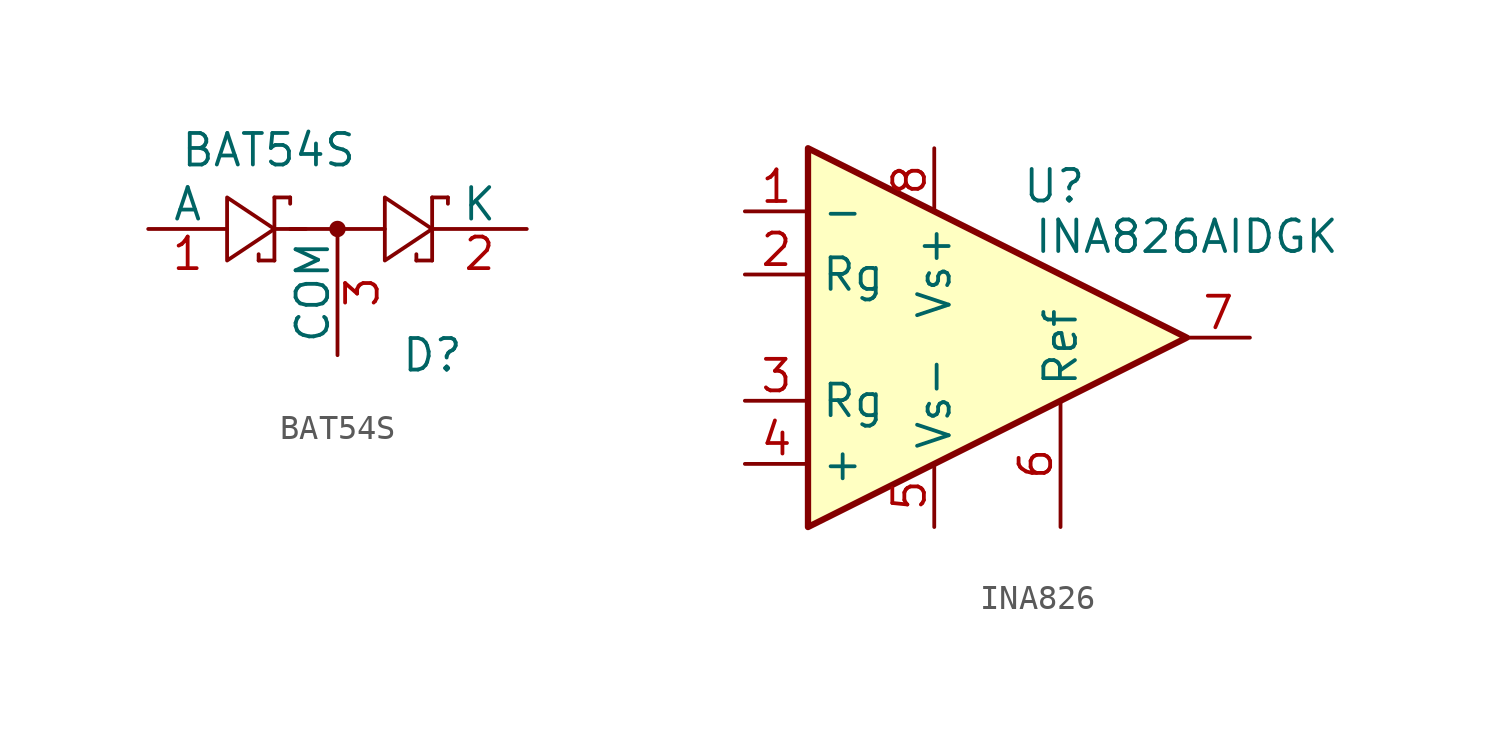
<source format=kicad_sym>
(kicad_symbol_lib
  (version 20241209)
  (generator "kicad_symbol_editor")
  (generator_version "9.0")
  (symbol "BAT54S"
    (pin_names
      (offset 0))
    (property "Reference" "D"
      (at 2.54 -5.08 0)
      (effects (font (size 1.27 1.27)) (justify left)))
    (property "Value" "BAT54S"
      (at -6.35 3.175 0)
      (effects (font (size 1.27 1.27)) (justify left)))
    (symbol "BAT54S_0_1"
      (polyline (pts (xy -4.445 1.27) (xy -4.445 -1.27) (xy -2.54 0) (xy -4.445 1.27)) (stroke (width 0) (type default)) (fill (type none)))
      (polyline (pts (xy -3.175 -1.27) (xy -3.175 -1.016)) (stroke (width 0) (type default)) (fill (type none)))
      (polyline (pts (xy -2.54 1.27) (xy -1.905 1.27)) (stroke (width 0) (type default)) (fill (type none)))
      (polyline (pts (xy -2.54 0) (xy -1.27 0)) (stroke (width 0) (type default)) (fill (type none)))
      (polyline (pts (xy -2.54 -1.27) (xy -3.175 -1.27)) (stroke (width 0) (type default)) (fill (type none)))
      (polyline (pts (xy -2.54 -1.27) (xy -2.54 1.27)) (stroke (width 0) (type default)) (fill (type none)))
      (polyline (pts (xy -1.905 1.27) (xy -1.905 1.016)) (stroke (width 0) (type default)) (fill (type none)))
      (polyline (pts (xy -1.905 0) (xy 1.905 0)) (stroke (width 0) (type default)) (fill (type none)))
      (circle (center 0 0) (radius 0.254) (stroke (width 0) (type default)) (fill (type outline)))
      (polyline (pts (xy 1.905 1.27) (xy 1.905 -1.27) (xy 3.81 0) (xy 1.905 1.27)) (stroke (width 0) (type default)) (fill (type none)))
      (polyline (pts (xy 3.175 -1.27) (xy 3.175 -1.016)) (stroke (width 0) (type default)) (fill (type none)))
      (polyline (pts (xy 3.81 1.27) (xy 4.445 1.27)) (stroke (width 0) (type default)) (fill (type none)))
      (polyline (pts (xy 3.81 -1.27) (xy 3.175 -1.27)) (stroke (width 0) (type default)) (fill (type none)))
      (polyline (pts (xy 3.81 -1.27) (xy 3.81 1.27)) (stroke (width 0) (type default)) (fill (type none)))
      (polyline (pts (xy 4.445 1.27) (xy 4.445 1.016)) (stroke (width 0) (type default)) (fill (type none))))
    (symbol "BAT54S_1_1"
      (pin passive line (at -7.62 0 0) (length 3.175) (name "A" (effects (font (size 1.27 1.27)))) (number "1" (effects (font (size 1.27 1.27)))))
      (pin passive line (at 0 -5.08 90) (length 5.08) (name "COM" (effects (font (size 1.27 1.27)))) (number "3" (effects (font (size 1.27 1.27)))))
      (pin passive line (at 7.62 0 180) (length 3.81) (name "K" (effects (font (size 1.27 1.27)))) (number "2" (effects (font (size 1.27 1.27)))))))
  (symbol "INA826"
    (property "Reference" "U"
      (at 4.826 6.096 0)
      (effects (font (size 1.27 1.27))))
    (property "Value" "INA826AIDGK"
      (at 10.16 4.064 0)
      (effects (font (size 1.27 1.27))))
    (symbol "INA826_0_1"
      (polyline (pts (xy -5.08 7.62) (xy -5.08 -7.62) (xy 10.16 0) (xy -5.08 7.62)) (stroke (width 0.254) (type default)) (fill (type background))))
    (symbol "INA826_1_1"
      (pin input line (at -7.62 5.08 0) (length 2.54) (name "-" (effects (font (size 1.27 1.27)))) (number "1" (effects (font (size 1.27 1.27)))))
      (pin passive line (at -7.62 2.54 0) (length 2.54) (name "Rg" (effects (font (size 1.27 1.27)))) (number "2" (effects (font (size 1.27 1.27)))))
      (pin passive line (at -7.62 -2.54 0) (length 2.54) (name "Rg" (effects (font (size 1.27 1.27)))) (number "3" (effects (font (size 1.27 1.27)))))
      (pin input line (at -7.62 -5.08 0) (length 2.54) (name "+" (effects (font (size 1.27 1.27)))) (number "4" (effects (font (size 1.27 1.27)))))
      (pin power_in line (at 0 7.62 270) (length 2.54) (name "Vs+" (effects (font (size 1.27 1.27)))) (number "8" (effects (font (size 1.27 1.27)))))
      (pin power_in line (at 0 -7.62 90) (length 2.54) (name "Vs-" (effects (font (size 1.27 1.27)))) (number "5" (effects (font (size 1.27 1.27)))))
      (pin passive line (at 0 -7.62 90) (length 2.54) (hide yes) (name "Vs-" (effects (font (size 1.27 1.27)))) (number "9" (effects (font (size 1.27 1.27)))))
      (pin passive line (at 5.08 -7.62 90) (length 5.08) (name "Ref" (effects (font (size 1.27 1.27)))) (number "6" (effects (font (size 1.27 1.27)))))
      (pin output line (at 12.7 0 180) (length 2.54) (name "~" (effects (font (size 1.27 1.27)))) (number "7" (effects (font (size 1.27 1.27))))))))
</source>
